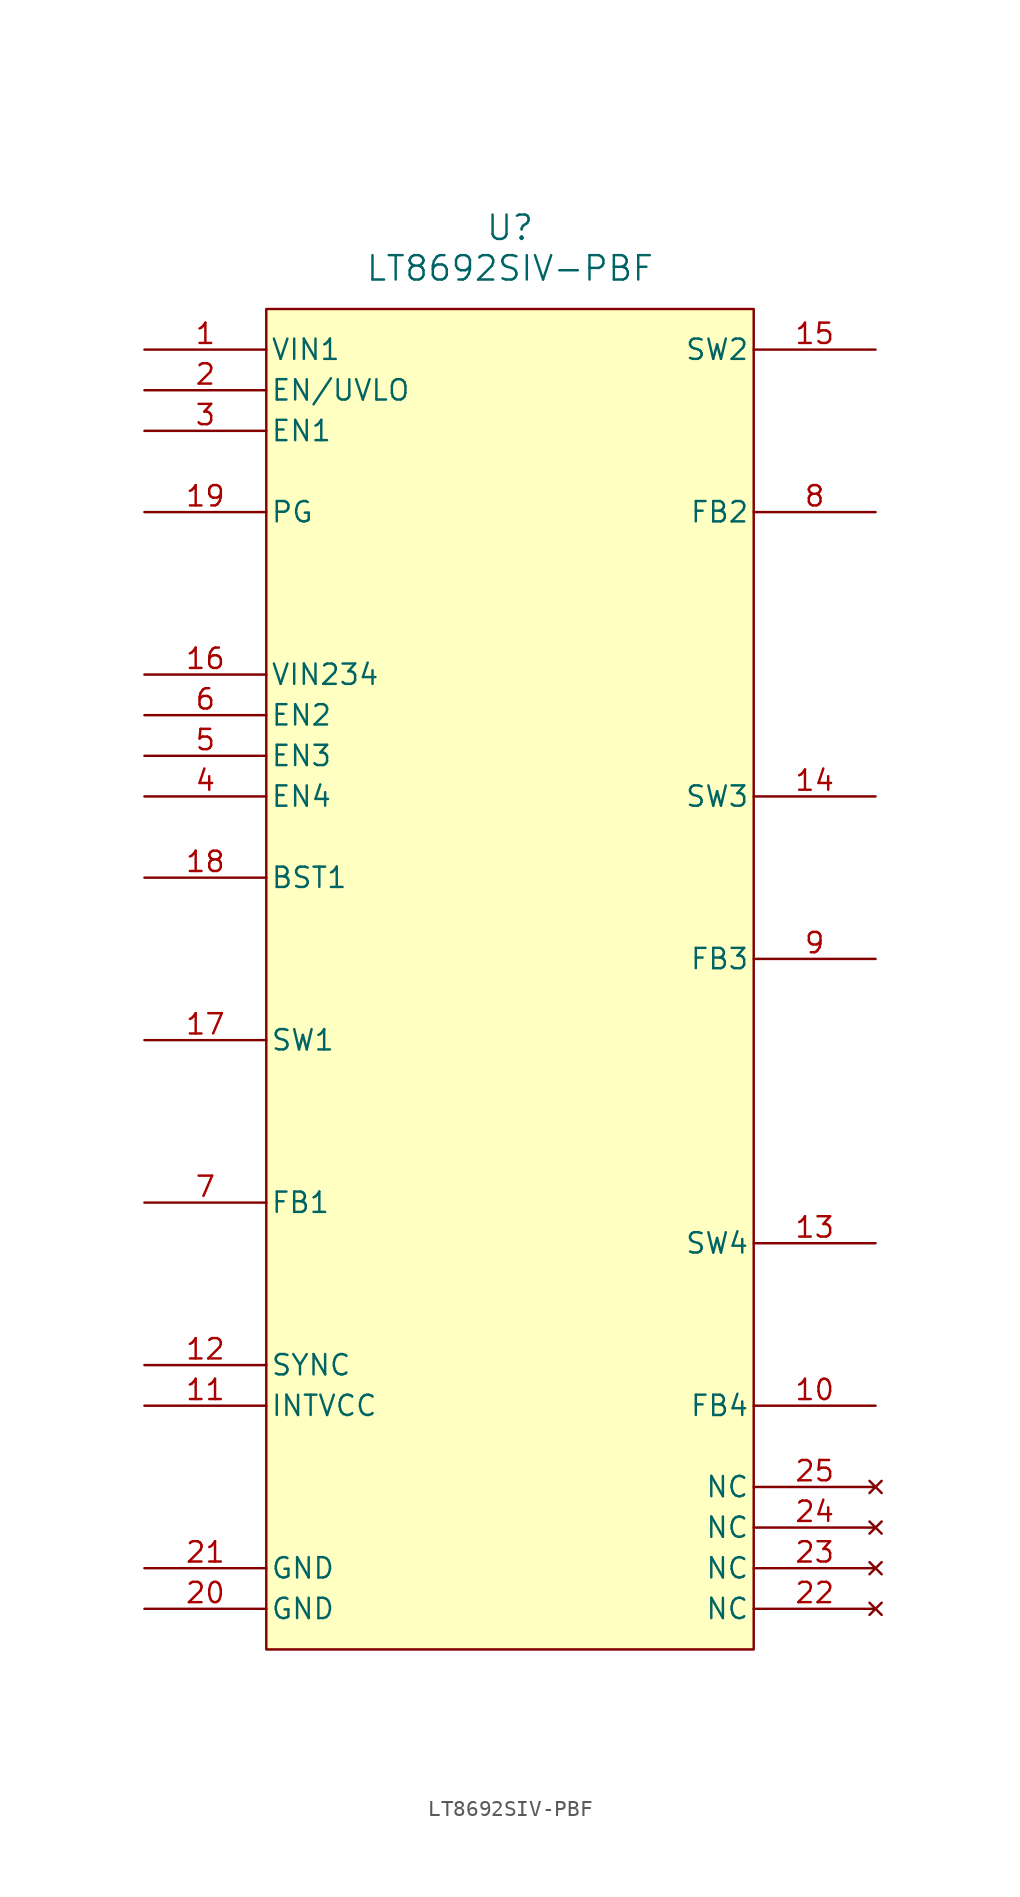
<source format=kicad_sym>
(kicad_symbol_lib
  (version 20231120)
  (generator "kicad_symbol_editor")
  (generator_version "8.0")
  (symbol "LT8692SIV-PBF"
    (pin_names
      (offset 0.254))
    (property "Reference" "U"
      (at 0 5.08 0)
      (effects (font (size 1.524 1.524))))
    (property "Value" "LT8692SIV-PBF"
      (at 0 2.54 0)
      (effects (font (size 1.524 1.524))))
    (symbol "LT8692SIV-PBF_0_1"
      (pin power_in line (at -22.86 -2.54 0) (length 7.62) (name "VIN1" (effects (font (size 1.27 1.27)))) (number "1" (effects (font (size 1.27 1.27)))))
      (pin input line (at 22.86 -68.58 180) (length 7.62) (name "FB4" (effects (font (size 1.27 1.27)))) (number "10" (effects (font (size 1.27 1.27)))))
      (pin power_in line (at -22.86 -68.58 0) (length 7.62) (name "INTVCC" (effects (font (size 1.27 1.27)))) (number "11" (effects (font (size 1.27 1.27)))))
      (pin input line (at -22.86 -66.04 0) (length 7.62) (name "SYNC" (effects (font (size 1.27 1.27)))) (number "12" (effects (font (size 1.27 1.27)))))
      (pin output line (at 22.86 -58.42 180) (length 7.62) (name "SW4" (effects (font (size 1.27 1.27)))) (number "13" (effects (font (size 1.27 1.27)))))
      (pin output line (at 22.86 -30.48 180) (length 7.62) (name "SW3" (effects (font (size 1.27 1.27)))) (number "14" (effects (font (size 1.27 1.27)))))
      (pin output line (at 22.86 -2.54 180) (length 7.62) (name "SW2" (effects (font (size 1.27 1.27)))) (number "15" (effects (font (size 1.27 1.27)))))
      (pin power_in line (at -22.86 -22.86 0) (length 7.62) (name "VIN234" (effects (font (size 1.27 1.27)))) (number "16" (effects (font (size 1.27 1.27)))))
      (pin output line (at -22.86 -45.72 0) (length 7.62) (name "SW1" (effects (font (size 1.27 1.27)))) (number "17" (effects (font (size 1.27 1.27)))))
      (pin power_in line (at -22.86 -35.56 0) (length 7.62) (name "BST1" (effects (font (size 1.27 1.27)))) (number "18" (effects (font (size 1.27 1.27)))))
      (pin output line (at -22.86 -12.7 0) (length 7.62) (name "PG" (effects (font (size 1.27 1.27)))) (number "19" (effects (font (size 1.27 1.27)))))
      (pin input line (at -22.86 -5.08 0) (length 7.62) (name "EN/UVLO" (effects (font (size 1.27 1.27)))) (number "2" (effects (font (size 1.27 1.27)))))
      (pin power_out line (at -22.86 -81.28 0) (length 7.62) (name "GND" (effects (font (size 1.27 1.27)))) (number "20" (effects (font (size 1.27 1.27)))))
      (pin power_out line (at -22.86 -78.74 0) (length 7.62) (name "GND" (effects (font (size 1.27 1.27)))) (number "21" (effects (font (size 1.27 1.27)))))
      (pin no_connect line (at 22.86 -81.28 180) (length 7.62) (name "NC" (effects (font (size 1.27 1.27)))) (number "22" (effects (font (size 1.27 1.27)))))
      (pin no_connect line (at 22.86 -78.74 180) (length 7.62) (name "NC" (effects (font (size 1.27 1.27)))) (number "23" (effects (font (size 1.27 1.27)))))
      (pin no_connect line (at 22.86 -76.2 180) (length 7.62) (name "NC" (effects (font (size 1.27 1.27)))) (number "24" (effects (font (size 1.27 1.27)))))
      (pin no_connect line (at 22.86 -73.66 180) (length 7.62) (name "NC" (effects (font (size 1.27 1.27)))) (number "25" (effects (font (size 1.27 1.27)))))
      (pin input line (at -22.86 -7.62 0) (length 7.62) (name "EN1" (effects (font (size 1.27 1.27)))) (number "3" (effects (font (size 1.27 1.27)))))
      (pin input line (at -22.86 -30.48 0) (length 7.62) (name "EN4" (effects (font (size 1.27 1.27)))) (number "4" (effects (font (size 1.27 1.27)))))
      (pin input line (at -22.86 -27.94 0) (length 7.62) (name "EN3" (effects (font (size 1.27 1.27)))) (number "5" (effects (font (size 1.27 1.27)))))
      (pin input line (at -22.86 -25.4 0) (length 7.62) (name "EN2" (effects (font (size 1.27 1.27)))) (number "6" (effects (font (size 1.27 1.27)))))
      (pin input line (at -22.86 -55.88 0) (length 7.62) (name "FB1" (effects (font (size 1.27 1.27)))) (number "7" (effects (font (size 1.27 1.27)))))
      (pin input line (at 22.86 -12.7 180) (length 7.62) (name "FB2" (effects (font (size 1.27 1.27)))) (number "8" (effects (font (size 1.27 1.27)))))
      (pin input line (at 22.86 -40.64 180) (length 7.62) (name "FB3" (effects (font (size 1.27 1.27)))) (number "9" (effects (font (size 1.27 1.27))))))
    (symbol "LT8692SIV-PBF_1_1"
      (rectangle (start -15.24 0) (end 15.24 -83.82) (stroke (width 0) (type default)) (fill (type background))))))
</source>
